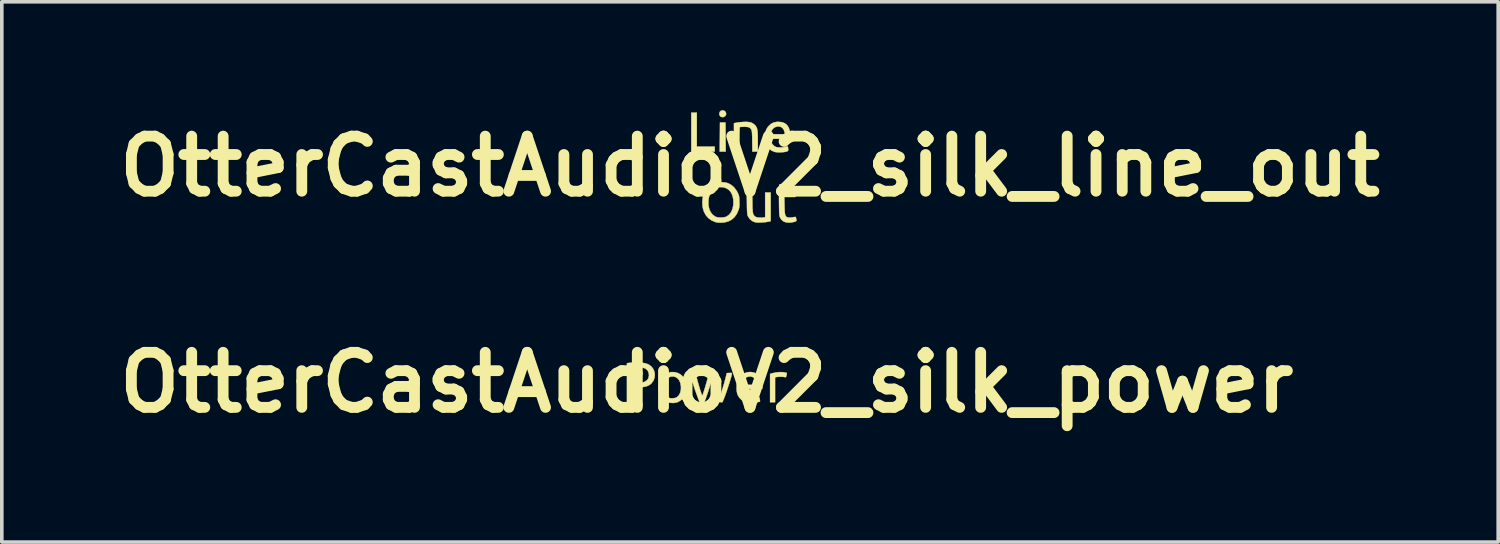
<source format=kicad_pcb>
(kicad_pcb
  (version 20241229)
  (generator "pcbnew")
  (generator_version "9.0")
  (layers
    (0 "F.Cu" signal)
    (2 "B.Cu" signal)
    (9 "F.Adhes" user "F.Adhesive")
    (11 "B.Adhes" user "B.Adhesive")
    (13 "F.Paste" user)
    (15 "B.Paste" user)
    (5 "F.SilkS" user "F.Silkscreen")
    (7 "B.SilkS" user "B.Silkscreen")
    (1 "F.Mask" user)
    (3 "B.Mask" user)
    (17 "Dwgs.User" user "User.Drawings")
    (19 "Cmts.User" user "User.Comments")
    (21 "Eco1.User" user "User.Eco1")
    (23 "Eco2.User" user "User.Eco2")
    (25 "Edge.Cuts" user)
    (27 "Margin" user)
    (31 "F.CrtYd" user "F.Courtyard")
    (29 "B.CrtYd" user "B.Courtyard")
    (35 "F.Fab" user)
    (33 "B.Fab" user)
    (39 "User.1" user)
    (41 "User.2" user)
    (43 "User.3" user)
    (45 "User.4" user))
  (footprint "OtterCastAudioV2_silk_line_out"
    (layer "F.Cu")
    (at 17.715 1.554)
    (property "Reference" "OtterCastAudioV2_silk_line_out" (at 0 0 0) (layer "F.SilkS") (effects (font (size 1.524 1.524) (thickness 0.3))))
    (attr through_hole)
    (fp_poly (pts (xy 1.626 -0.8) (xy 1.232 -0.8) (xy 1.232 -0.94) (xy 1.626 -0.94) (xy 1.626 -0.8)) (stroke (width 0.01) (type solid)) (fill yes) (layer "F.SilkS"))
    (fp_poly (pts (xy -0.673 -0.406) (xy -0.839 -0.406) (xy -0.835 -0.81) (xy -0.832 -1.213) (xy -0.679 -1.213) (xy -0.673 -0.406)) (stroke (width 0.01) (type solid)) (fill yes) (layer "F.SilkS"))
    (fp_poly (pts (xy -1.473 -0.546) (xy -0.978 -0.546) (xy -0.978 -0.406) (xy -1.626 -0.406) (xy -1.626 -1.486) (xy -1.473 -1.486) (xy -1.473 -0.546)) (stroke (width 0.01) (type solid)) (fill yes) (layer "F.SilkS"))
    (fp_poly (pts (xy -0.714 -1.539) (xy -0.681 -1.512) (xy -0.663 -1.474) (xy -0.663 -1.433) (xy -0.682 -1.394) (xy -0.69 -1.387) (xy -0.73 -1.364) (xy -0.774 -1.36) (xy -0.815 -1.376) (xy -0.826 -1.384) (xy -0.846 -1.421) (xy -0.851 -1.454) (xy -0.84 -1.502) (xy -0.811 -1.535) (xy -0.766 -1.549) (xy -0.758 -1.549) (xy -0.714 -1.539)) (stroke (width 0.01) (type solid)) (fill yes) (layer "F.SilkS"))
    (fp_poly (pts (xy 0.066 1.006) (xy 0.067 1.106) (xy 0.07 1.184) (xy 0.074 1.243) (xy 0.08 1.288) (xy 0.088 1.321) (xy 0.1 1.347) (xy 0.117 1.368) (xy 0.137 1.389) (xy 0.139 1.39) (xy 0.169 1.405) (xy 0.217 1.417) (xy 0.274 1.422) (xy 0.333 1.422) (xy 0.374 1.417) (xy 0.419 1.409) (xy 0.419 0.724) (xy 0.572 0.724) (xy 0.572 1.52) (xy 0.498 1.535) (xy 0.445 1.544) (xy 0.38 1.551) (xy 0.311 1.555) (xy 0.245 1.557) (xy 0.19 1.556) (xy 0.151 1.552) (xy 0.146 1.551) (xy 0.064 1.517) (xy -0.003 1.463) (xy -0.053 1.392) (xy -0.059 1.378) (xy -0.067 1.358) (xy -0.073 1.333) (xy -0.077 1.3) (xy -0.08 1.255) (xy -0.083 1.195) (xy -0.085 1.116) (xy -0.086 1.026) (xy -0.091 0.724) (xy 0.061 0.724) (xy 0.066 1.006)) (stroke (width 0.01) (type solid)) (fill yes) (layer "F.SilkS"))
    (fp_poly (pts (xy -0.011 -1.222) (xy 0.047 -1.205) (xy 0.096 -1.176) (xy 0.132 -1.145) (xy 0.157 -1.117) (xy 0.176 -1.088) (xy 0.191 -1.054) (xy 0.202 -1.013) (xy 0.209 -0.96) (xy 0.213 -0.892) (xy 0.215 -0.806) (xy 0.216 -0.698) (xy 0.216 -0.69) (xy 0.216 -0.406) (xy 0.065 -0.406) (xy 0.061 -0.696) (xy 0.06 -0.791) (xy 0.058 -0.865) (xy 0.055 -0.919) (xy 0.052 -0.959) (xy 0.048 -0.986) (xy 0.042 -1.005) (xy 0.035 -1.02) (xy 0.035 -1.02) (xy 0.008 -1.054) (xy -0.023 -1.076) (xy -0.064 -1.088) (xy -0.121 -1.093) (xy -0.159 -1.093) (xy -0.21 -1.092) (xy -0.251 -1.09) (xy -0.276 -1.087) (xy -0.28 -1.085) (xy -0.284 -1.071) (xy -0.287 -1.034) (xy -0.289 -0.977) (xy -0.291 -0.904) (xy -0.292 -0.816) (xy -0.292 -0.742) (xy -0.292 -0.406) (xy -0.445 -0.406) (xy -0.445 -1.192) (xy -0.378 -1.207) (xy -0.336 -1.214) (xy -0.278 -1.221) (xy -0.213 -1.226) (xy -0.176 -1.229) (xy -0.084 -1.23) (xy -0.011 -1.222)) (stroke (width 0.01) (type solid)) (fill yes) (layer "F.SilkS"))
    (fp_poly (pts (xy 0.953 0.724) (xy 1.257 0.724) (xy 1.257 0.851) (xy 0.95 0.851) (xy 0.955 1.089) (xy 0.958 1.184) (xy 0.961 1.257) (xy 0.967 1.311) (xy 0.975 1.35) (xy 0.987 1.377) (xy 1.003 1.395) (xy 1.023 1.407) (xy 1.03 1.41) (xy 1.069 1.418) (xy 1.123 1.419) (xy 1.185 1.412) (xy 1.233 1.403) (xy 1.253 1.4) (xy 1.265 1.409) (xy 1.274 1.434) (xy 1.279 1.453) (xy 1.286 1.488) (xy 1.284 1.509) (xy 1.27 1.523) (xy 1.239 1.534) (xy 1.202 1.544) (xy 1.113 1.559) (xy 1.026 1.557) (xy 0.978 1.547) (xy 0.914 1.518) (xy 0.865 1.472) (xy 0.836 1.425) (xy 0.828 1.408) (xy 0.822 1.391) (xy 0.816 1.372) (xy 0.813 1.346) (xy 0.81 1.312) (xy 0.807 1.267) (xy 0.806 1.207) (xy 0.804 1.129) (xy 0.803 1.031) (xy 0.802 0.941) (xy 0.802 0.84) (xy 0.802 0.747) (xy 0.802 0.664) (xy 0.803 0.596) (xy 0.805 0.545) (xy 0.807 0.515) (xy 0.809 0.507) (xy 0.826 0.5) (xy 0.86 0.492) (xy 0.886 0.488) (xy 0.953 0.479) (xy 0.953 0.724)) (stroke (width 0.01) (type solid)) (fill yes) (layer "F.SilkS"))
    (fp_poly (pts (xy 0.882 -1.222) (xy 0.961 -1.193) (xy 1.023 -1.144) (xy 1.069 -1.076) (xy 1.1 -0.989) (xy 1.115 -0.881) (xy 1.115 -0.873) (xy 1.121 -0.762) (xy 0.846 -0.762) (xy 0.756 -0.762) (xy 0.688 -0.761) (xy 0.639 -0.76) (xy 0.606 -0.758) (xy 0.586 -0.755) (xy 0.576 -0.75) (xy 0.572 -0.743) (xy 0.572 -0.736) (xy 0.582 -0.681) (xy 0.611 -0.625) (xy 0.652 -0.576) (xy 0.701 -0.542) (xy 0.723 -0.533) (xy 0.783 -0.523) (xy 0.856 -0.522) (xy 0.928 -0.527) (xy 0.982 -0.539) (xy 1.017 -0.547) (xy 1.041 -0.55) (xy 1.046 -0.548) (xy 1.05 -0.531) (xy 1.055 -0.499) (xy 1.056 -0.483) (xy 1.058 -0.447) (xy 1.051 -0.428) (xy 1.032 -0.416) (xy 1.01 -0.408) (xy 0.955 -0.396) (xy 0.886 -0.388) (xy 0.812 -0.386) (xy 0.742 -0.389) (xy 0.686 -0.397) (xy 0.682 -0.398) (xy 0.595 -0.435) (xy 0.523 -0.491) (xy 0.467 -0.564) (xy 0.429 -0.652) (xy 0.41 -0.752) (xy 0.41 -0.845) (xy 0.417 -0.889) (xy 0.569 -0.889) (xy 0.968 -0.889) (xy 0.959 -0.936) (xy 0.936 -1.008) (xy 0.898 -1.061) (xy 0.846 -1.094) (xy 0.783 -1.105) (xy 0.715 -1.093) (xy 0.656 -1.06) (xy 0.61 -1.009) (xy 0.581 -0.943) (xy 0.578 -0.93) (xy 0.569 -0.889) (xy 0.417 -0.889) (xy 0.424 -0.941) (xy 0.451 -1.021) (xy 0.493 -1.089) (xy 0.512 -1.112) (xy 0.577 -1.172) (xy 0.65 -1.211) (xy 0.736 -1.229) (xy 0.787 -1.231) (xy 0.882 -1.222)) (stroke (width 0.01) (type solid)) (fill yes) (layer "F.SilkS"))
    (fp_poly (pts (xy -0.743 0.44) (xy -0.66 0.453) (xy -0.606 0.469) (xy -0.519 0.516) (xy -0.441 0.584) (xy -0.375 0.67) (xy -0.347 0.72) (xy -0.327 0.762) (xy -0.313 0.796) (xy -0.304 0.829) (xy -0.299 0.869) (xy -0.296 0.922) (xy -0.294 0.97) (xy -0.293 1.04) (xy -0.294 1.092) (xy -0.298 1.134) (xy -0.306 1.171) (xy -0.317 1.206) (xy -0.365 1.316) (xy -0.429 1.407) (xy -0.508 1.477) (xy -0.602 1.526) (xy -0.709 1.554) (xy -0.811 1.561) (xy -0.866 1.559) (xy -0.919 1.553) (xy -0.958 1.544) (xy -0.959 1.544) (xy -1.065 1.498) (xy -1.154 1.434) (xy -1.225 1.352) (xy -1.277 1.253) (xy -1.309 1.145) (xy -1.318 1.067) (xy -1.319 0.977) (xy -1.318 0.967) (xy -1.152 0.967) (xy -1.15 1.079) (xy -1.13 1.179) (xy -1.092 1.265) (xy -1.038 1.335) (xy -0.97 1.387) (xy -0.929 1.405) (xy -0.883 1.415) (xy -0.824 1.419) (xy -0.76 1.416) (xy -0.701 1.408) (xy -0.656 1.395) (xy -0.652 1.393) (xy -0.58 1.341) (xy -0.524 1.271) (xy -0.485 1.182) (xy -0.463 1.076) (xy -0.46 1.034) (xy -0.463 0.918) (xy -0.484 0.817) (xy -0.522 0.731) (xy -0.576 0.663) (xy -0.645 0.613) (xy -0.729 0.583) (xy -0.765 0.577) (xy -0.858 0.577) (xy -0.942 0.601) (xy -1.016 0.648) (xy -1.041 0.671) (xy -1.089 0.732) (xy -1.122 0.8) (xy -1.143 0.881) (xy -1.152 0.967) (xy -1.318 0.967) (xy -1.312 0.887) (xy -1.297 0.806) (xy -1.283 0.758) (xy -1.233 0.66) (xy -1.163 0.575) (xy -1.077 0.507) (xy -0.987 0.463) (xy -0.916 0.445) (xy -0.832 0.438) (xy -0.743 0.44)) (stroke (width 0.01) (type solid)) (fill yes) (layer "F.SilkS")))
  (footprint "OtterCastAudioV2_silk_power"
    (layer "F.Cu")
    (at 16.517 7.539)
    (property "Reference" "OtterCastAudioV2_silk_power" (at 0 0 0) (layer "F.SilkS") (effects (font (size 1.524 1.524) (thickness 0.3))))
    (attr through_hole)
    (fp_poly (pts (xy 2.095 -0.286) (xy 2.127 -0.282) (xy 2.171 -0.275) (xy 2.203 -0.268) (xy 2.217 -0.264) (xy 2.217 -0.264) (xy 2.217 -0.25) (xy 2.212 -0.22) (xy 2.208 -0.2) (xy 2.199 -0.165) (xy 2.19 -0.148) (xy 2.174 -0.146) (xy 2.155 -0.15) (xy 2.11 -0.156) (xy 2.054 -0.158) (xy 1.996 -0.157) (xy 1.946 -0.153) (xy 1.927 -0.149) (xy 1.892 -0.139) (xy 1.892 0.546) (xy 1.753 0.546) (xy 1.753 -0.237) (xy 1.801 -0.252) (xy 1.901 -0.275) (xy 2.002 -0.287) (xy 2.095 -0.286)) (stroke (width 0.01) (type solid)) (fill yes) (layer "F.SilkS"))
    (fp_poly (pts (xy -1.816 -0.548) (xy -1.721 -0.536) (xy -1.644 -0.513) (xy -1.581 -0.48) (xy -1.53 -0.438) (xy -1.478 -0.37) (xy -1.447 -0.292) (xy -1.437 -0.209) (xy -1.447 -0.126) (xy -1.477 -0.048) (xy -1.528 0.021) (xy -1.549 0.041) (xy -1.596 0.075) (xy -1.649 0.1) (xy -1.714 0.118) (xy -1.794 0.13) (xy -1.894 0.136) (xy -1.895 0.136) (xy -2.057 0.143) (xy -2.057 0.345) (xy -2.057 0.546) (xy -2.21 0.546) (xy -2.21 -0.418) (xy -2.057 -0.418) (xy -2.057 0.016) (xy -1.913 0.01) (xy -1.845 0.007) (xy -1.795 0.002) (xy -1.758 -0.006) (xy -1.727 -0.017) (xy -1.708 -0.026) (xy -1.651 -0.066) (xy -1.616 -0.118) (xy -1.601 -0.185) (xy -1.6 -0.211) (xy -1.612 -0.281) (xy -1.645 -0.34) (xy -1.698 -0.384) (xy -1.739 -0.4) (xy -1.799 -0.413) (xy -1.871 -0.42) (xy -1.947 -0.423) (xy -1.984 -0.422) (xy -2.057 -0.418) (xy -2.21 -0.418) (xy -2.21 -0.532) (xy -2.149 -0.542) (xy -2.113 -0.546) (xy -2.058 -0.549) (xy -1.993 -0.552) (xy -1.93 -0.552) (xy -1.816 -0.548)) (stroke (width 0.01) (type solid)) (fill yes) (layer "F.SilkS"))
    (fp_poly (pts (xy -0.896 -0.287) (xy -0.808 -0.265) (xy -0.728 -0.224) (xy -0.682 -0.186) (xy -0.622 -0.109) (xy -0.582 -0.018) (xy -0.562 0.082) (xy -0.563 0.188) (xy -0.584 0.296) (xy -0.585 0.299) (xy -0.62 0.378) (xy -0.672 0.449) (xy -0.736 0.506) (xy -0.806 0.545) (xy -0.825 0.551) (xy -0.924 0.569) (xy -1.023 0.562) (xy -1.047 0.557) (xy -1.118 0.53) (xy -1.185 0.483) (xy -1.231 0.437) (xy -1.281 0.362) (xy -1.314 0.276) (xy -1.329 0.183) (xy -1.329 0.169) (xy -1.179 0.169) (xy -1.164 0.256) (xy -1.162 0.261) (xy -1.138 0.319) (xy -1.102 0.372) (xy -1.06 0.413) (xy -1.018 0.435) (xy -1.013 0.436) (xy -0.967 0.44) (xy -0.914 0.436) (xy -0.864 0.425) (xy -0.828 0.41) (xy -0.826 0.409) (xy -0.77 0.352) (xy -0.733 0.279) (xy -0.715 0.19) (xy -0.714 0.108) (xy -0.729 0.021) (xy -0.759 -0.053) (xy -0.803 -0.109) (xy -0.858 -0.148) (xy -0.921 -0.166) (xy -0.99 -0.162) (xy -1.025 -0.152) (xy -1.081 -0.117) (xy -1.127 -0.064) (xy -1.159 0.005) (xy -1.177 0.084) (xy -1.179 0.169) (xy -1.329 0.169) (xy -1.328 0.088) (xy -1.31 -0.005) (xy -1.277 -0.091) (xy -1.229 -0.165) (xy -1.165 -0.224) (xy -1.161 -0.227) (xy -1.077 -0.268) (xy -0.988 -0.288) (xy -0.896 -0.287)) (stroke (width 0.01) (type solid)) (fill yes) (layer "F.SilkS"))
    (fp_poly (pts (xy 1.307 -0.276) (xy 1.312 -0.274) (xy 1.387 -0.239) (xy 1.449 -0.184) (xy 1.495 -0.11) (xy 1.524 -0.02) (xy 1.536 0.085) (xy 1.537 0.104) (xy 1.537 0.178) (xy 0.978 0.178) (xy 0.979 0.213) (xy 0.993 0.285) (xy 1.03 0.349) (xy 1.087 0.401) (xy 1.099 0.408) (xy 1.127 0.423) (xy 1.157 0.432) (xy 1.194 0.436) (xy 1.248 0.437) (xy 1.264 0.437) (xy 1.32 0.435) (xy 1.37 0.43) (xy 1.407 0.423) (xy 1.415 0.421) (xy 1.442 0.412) (xy 1.457 0.412) (xy 1.457 0.412) (xy 1.462 0.427) (xy 1.468 0.458) (xy 1.47 0.474) (xy 1.476 0.53) (xy 1.414 0.545) (xy 1.35 0.557) (xy 1.277 0.564) (xy 1.204 0.566) (xy 1.142 0.562) (xy 1.122 0.559) (xy 1.037 0.53) (xy 0.962 0.481) (xy 0.899 0.418) (xy 0.856 0.344) (xy 0.844 0.313) (xy 0.83 0.241) (xy 0.825 0.157) (xy 0.829 0.071) (xy 0.83 0.064) (xy 0.975 0.064) (xy 1.384 0.064) (xy 1.384 0.029) (xy 1.379 -0.005) (xy 1.365 -0.046) (xy 1.359 -0.06) (xy 1.323 -0.114) (xy 1.276 -0.148) (xy 1.221 -0.165) (xy 1.163 -0.164) (xy 1.107 -0.146) (xy 1.056 -0.114) (xy 1.015 -0.066) (xy 0.988 -0.004) (xy 0.984 0.016) (xy 0.975 0.064) (xy 0.83 0.064) (xy 0.841 -0.007) (xy 0.853 -0.047) (xy 0.898 -0.133) (xy 0.959 -0.202) (xy 1.034 -0.253) (xy 1.12 -0.283) (xy 1.212 -0.291) (xy 1.307 -0.276)) (stroke (width 0.01) (type solid)) (fill yes) (layer "F.SilkS"))
    (fp_poly (pts (xy -0.287 -0.168) (xy -0.269 -0.096) (xy -0.247 -0.013) (xy -0.222 0.074) (xy -0.197 0.159) (xy -0.173 0.234) (xy -0.153 0.293) (xy -0.15 0.301) (xy -0.123 0.374) (xy -0.087 0.267) (xy -0.067 0.205) (xy -0.043 0.125) (xy -0.016 0.033) (xy 0.011 -0.063) (xy 0.036 -0.158) (xy 0.051 -0.213) (xy 0.064 -0.267) (xy 0.185 -0.267) (xy 0.22 -0.124) (xy 0.237 -0.055) (xy 0.258 0.019) (xy 0.279 0.095) (xy 0.301 0.168) (xy 0.322 0.234) (xy 0.341 0.289) (xy 0.356 0.33) (xy 0.367 0.353) (xy 0.37 0.356) (xy 0.378 0.344) (xy 0.391 0.312) (xy 0.408 0.263) (xy 0.428 0.201) (xy 0.45 0.13) (xy 0.473 0.054) (xy 0.494 -0.023) (xy 0.514 -0.097) (xy 0.519 -0.115) (xy 0.555 -0.26) (xy 0.627 -0.264) (xy 0.67 -0.265) (xy 0.692 -0.261) (xy 0.698 -0.25) (xy 0.699 -0.25) (xy 0.694 -0.225) (xy 0.683 -0.179) (xy 0.666 -0.117) (xy 0.644 -0.044) (xy 0.618 0.038) (xy 0.59 0.124) (xy 0.562 0.21) (xy 0.534 0.292) (xy 0.507 0.367) (xy 0.483 0.43) (xy 0.464 0.476) (xy 0.433 0.547) (xy 0.367 0.544) (xy 0.302 0.54) (xy 0.255 0.413) (xy 0.23 0.342) (xy 0.204 0.263) (xy 0.18 0.189) (xy 0.173 0.165) (xy 0.153 0.095) (xy 0.138 0.048) (xy 0.126 0.022) (xy 0.117 0.017) (xy 0.108 0.032) (xy 0.097 0.065) (xy 0.084 0.108) (xy 0.033 0.27) (xy -0.024 0.435) (xy -0.04 0.479) (xy -0.065 0.546) (xy -0.198 0.546) (xy -0.246 0.422) (xy -0.342 0.156) (xy -0.423 -0.111) (xy -0.467 -0.267) (xy -0.388 -0.267) (xy -0.309 -0.267) (xy -0.287 -0.168)) (stroke (width 0.01) (type solid)) (fill yes) (layer "F.SilkS")))
  (gr_rect
    (start -3 -3)
    (end 38.429 11.957)
    (stroke (width 0.1) (type default))
    (fill no)
    (layer "Edge.Cuts")))
</source>
